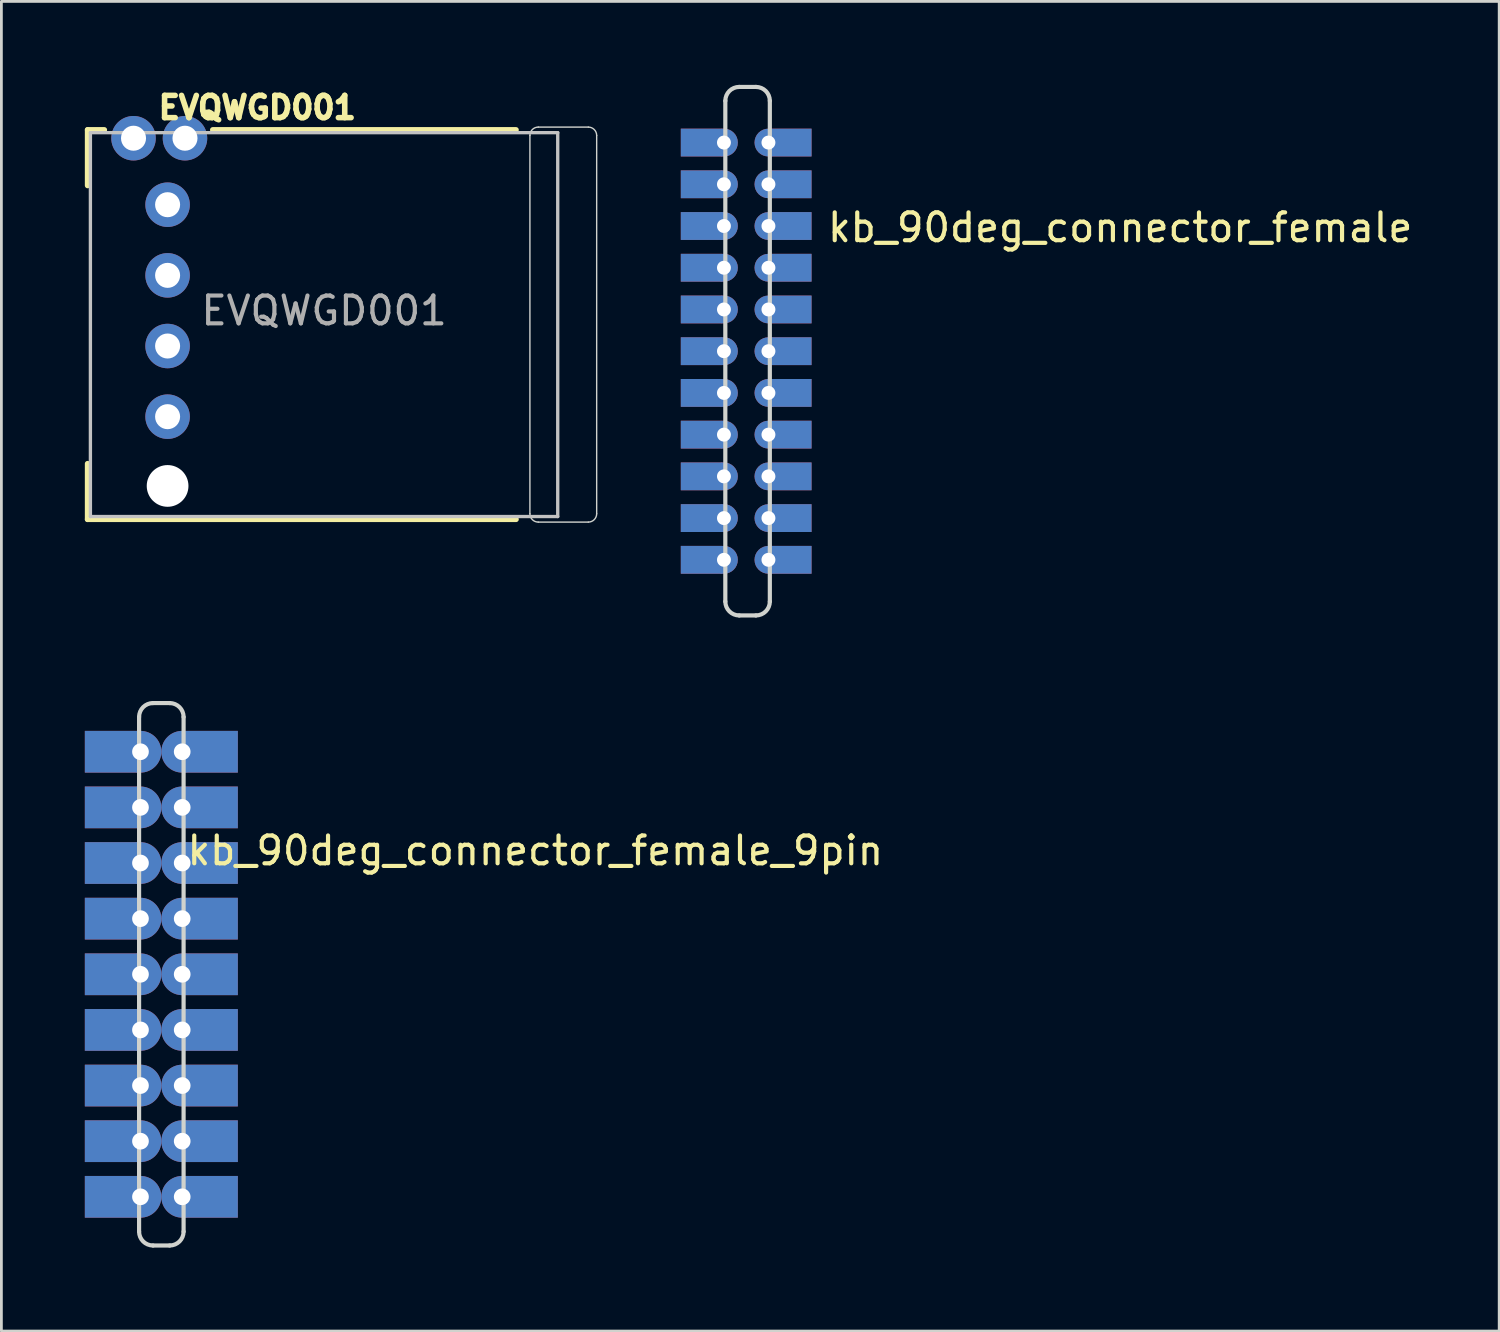
<source format=kicad_pcb>
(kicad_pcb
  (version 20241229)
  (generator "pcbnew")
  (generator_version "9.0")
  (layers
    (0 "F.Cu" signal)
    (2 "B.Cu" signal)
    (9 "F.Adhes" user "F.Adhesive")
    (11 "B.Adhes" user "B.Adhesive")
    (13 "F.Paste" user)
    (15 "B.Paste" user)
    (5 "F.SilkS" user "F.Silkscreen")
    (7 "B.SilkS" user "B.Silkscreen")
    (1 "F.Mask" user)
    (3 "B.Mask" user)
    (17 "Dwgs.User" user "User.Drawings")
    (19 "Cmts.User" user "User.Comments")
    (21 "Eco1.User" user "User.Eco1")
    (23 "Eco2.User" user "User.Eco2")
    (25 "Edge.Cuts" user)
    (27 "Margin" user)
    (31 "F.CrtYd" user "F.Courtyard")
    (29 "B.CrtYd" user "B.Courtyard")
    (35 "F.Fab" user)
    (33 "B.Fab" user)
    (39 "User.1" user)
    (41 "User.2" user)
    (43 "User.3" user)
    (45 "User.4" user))
  (footprint "EVQWGD001"
    (layer "F.Cu")
    (at 8.6 8.119)
    (property "Reference" "EVQWGD001" (at 0 0 0) (layer "F.Fab") (effects (font (size 1 1) (thickness 0.15))))
    (attr through_hole)
    (fp_line (start -8.5 -6.5) (end -8.5 -4.5) (stroke (width 0.2) (type solid)) (layer "F.SilkS"))
    (fp_line (start -8.5 5.5) (end -8.5 7.5) (stroke (width 0.2) (type solid)) (layer "F.SilkS"))
    (fp_line (start -8.5 7.5) (end 6.9 7.5) (stroke (width 0.2) (type solid)) (layer "F.SilkS"))
    (fp_line (start -7.9 -6.5) (end -8.5 -6.5) (stroke (width 0.2) (type solid)) (layer "F.SilkS"))
    (fp_line (start 6.9 -6.5) (end -4 -6.5) (stroke (width 0.2) (type solid)) (layer "F.SilkS"))
    (fp_line (start -8.4 -6.4) (end 8.4 -6.4) (stroke (width 0.12) (type solid)) (layer "Dwgs.User"))
    (fp_line (start -8.4 7.4) (end -8.4 -6.4) (stroke (width 0.12) (type solid)) (layer "Dwgs.User"))
    (fp_line (start 8.4 -6.4) (end 8.4 7.4) (stroke (width 0.12) (type solid)) (layer "Dwgs.User"))
    (fp_line (start 8.4 7.4) (end -8.4 7.4) (stroke (width 0.12) (type solid)) (layer "Dwgs.User"))
    (fp_line (start 7.4 -6.3) (end 7.4 7.3) (stroke (width 0.05) (type solid)) (layer "Edge.Cuts"))
    (fp_line (start 7.7 7.6) (end 9.5 7.6) (stroke (width 0.05) (type solid)) (layer "Edge.Cuts"))
    (fp_line (start 9.5 -6.6) (end 7.7 -6.6) (stroke (width 0.05) (type solid)) (layer "Edge.Cuts"))
    (fp_line (start 9.8 7.3) (end 9.8 -6.3) (stroke (width 0.05) (type solid)) (layer "Edge.Cuts"))
    (fp_arc (start 7.4 -6.3) (mid 7.487868 -6.512132) (end 7.7 -6.6) (stroke (width 0.05) (type solid)) (layer "Edge.Cuts"))
    (fp_arc (start 7.7 7.6) (mid 7.487868 7.512132) (end 7.4 7.3) (stroke (width 0.05) (type solid)) (layer "Edge.Cuts"))
    (fp_arc (start 9.5 -6.6) (mid 9.712132 -6.512132) (end 9.8 -6.3) (stroke (width 0.05) (type solid)) (layer "Edge.Cuts"))
    (fp_arc (start 9.8 7.3) (mid 9.712132 7.512132) (end 9.5 7.6) (stroke (width 0.05) (type solid)) (layer "Edge.Cuts"))
    (fp_text user "${REFERENCE}" (at -2.4 -7.3 0) (layer "F.SilkS") (effects (font (size 0.8 0.8) (thickness 0.2))))
    (pad "" np_thru_hole circle (at -5.625 6.3) (size 1.5 1.5) (drill 1.5) (layers "*.Cu" "*.Mask"))
    (pad "A" thru_hole circle (at -5.625 -3.81) (size 1.6 1.6) (drill 0.9) (layers "*.Cu" "*.Mask"))
    (pad "B" thru_hole circle (at -5.625 -1.27) (size 1.6 1.6) (drill 0.9) (layers "*.Cu" "*.Mask"))
    (pad "C" thru_hole circle (at -5.625 1.27) (size 1.6 1.6) (drill 0.9) (layers "*.Cu" "*.Mask"))
    (pad "D" thru_hole circle (at -5.625 3.81) (size 1.6 1.6) (drill 0.9) (layers "*.Cu" "*.Mask"))
    (pad "S1" thru_hole circle (at -6.85 -6.2) (size 1.6 1.6) (drill 0.9) (layers "*.Cu" "*.Mask"))
    (pad "S2" thru_hole circle (at -5 -6.2) (size 1.6 1.6) (drill 0.9) (layers "*.Cu" "*.Mask")))
  (footprint "kb_90deg_connector_female_9pin"
    (layer "F.Cu")
    (at 2.75 31.975)
    (property "Reference" "kb_90deg_connector_female_9pin" (at 13.445 -4.445 0) (unlocked yes) (layer "F.SilkS") (effects (font (size 1 1) (thickness 0.15))))
    (attr smd)
    (fp_line (start -0.8 -9.25) (end -0.8 9.25) (stroke (width 0.15) (type solid)) (layer "Edge.Cuts"))
    (fp_line (start -0.3 9.75) (end 0.3 9.75) (stroke (width 0.15) (type solid)) (layer "Edge.Cuts"))
    (fp_line (start 0.3 -9.75) (end -0.3 -9.75) (stroke (width 0.15) (type solid)) (layer "Edge.Cuts"))
    (fp_line (start 0.8 9.25) (end 0.8 -9.25) (stroke (width 0.15) (type solid)) (layer "Edge.Cuts"))
    (fp_arc (start -0.8 -9.25) (mid -0.653553 -9.603553) (end -0.3 -9.75) (stroke (width 0.15) (type solid)) (layer "Edge.Cuts"))
    (fp_arc (start -0.3 9.75) (mid -0.653553 9.603553) (end -0.8 9.25) (stroke (width 0.15) (type solid)) (layer "Edge.Cuts"))
    (fp_arc (start 0.3 -9.75) (mid 0.653553 -9.603553) (end 0.8 -9.25) (stroke (width 0.15) (type solid)) (layer "Edge.Cuts"))
    (fp_arc (start 0.8 9.25) (mid 0.653553 9.603553) (end 0.3 9.75) (stroke (width 0.15) (type solid)) (layer "Edge.Cuts"))
    (pad "1" smd rect (at -1.75 -8 180) (size 2 1.5) (layers "F.Cu" "F.Mask" "F.Paste"))
    (pad "1" smd rect (at -1.75 -8 180) (size 2 1.5) (layers "B.Cu" "B.Mask" "B.Paste"))
    (pad "1" thru_hole circle (at -0.75 -8) (size 1.5 1.5) (drill 0.6) (layers "*.Cu"))
    (pad "1" thru_hole circle (at 0.75 -8) (size 1.5 1.5) (drill 0.6) (layers "*.Cu"))
    (pad "1" smd rect (at 1.75 -8 180) (size 2 1.5) (layers "F.Cu" "F.Mask" "F.Paste"))
    (pad "1" smd rect (at 1.75 -8 180) (size 2 1.5) (layers "B.Cu" "B.Mask" "B.Paste"))
    (pad "2" smd rect (at -1.75 -6 180) (size 2 1.5) (layers "F.Cu" "F.Mask" "F.Paste"))
    (pad "2" smd rect (at -1.75 -6 180) (size 2 1.5) (layers "B.Cu" "B.Mask" "B.Paste"))
    (pad "2" thru_hole circle (at -0.75 -6) (size 1.5 1.5) (drill 0.6) (layers "*.Cu"))
    (pad "2" thru_hole circle (at 0.75 -6) (size 1.5 1.5) (drill 0.6) (layers "*.Cu"))
    (pad "2" smd rect (at 1.75 -6 180) (size 2 1.5) (layers "F.Cu" "F.Mask" "F.Paste"))
    (pad "2" smd rect (at 1.75 -6 180) (size 2 1.5) (layers "B.Cu" "B.Mask" "B.Paste"))
    (pad "3" smd rect (at -1.75 -4 180) (size 2 1.5) (layers "F.Cu" "F.Mask" "F.Paste"))
    (pad "3" smd rect (at -1.75 -4 180) (size 2 1.5) (layers "B.Cu" "B.Mask" "B.Paste"))
    (pad "3" thru_hole circle (at -0.75 -4) (size 1.5 1.5) (drill 0.6) (layers "*.Cu"))
    (pad "3" thru_hole circle (at 0.75 -4) (size 1.5 1.5) (drill 0.6) (layers "*.Cu"))
    (pad "3" smd rect (at 1.75 -4 180) (size 2 1.5) (layers "F.Cu" "F.Mask" "F.Paste"))
    (pad "3" smd rect (at 1.75 -4 180) (size 2 1.5) (layers "B.Cu" "B.Mask" "B.Paste"))
    (pad "4" smd rect (at -1.75 -2 180) (size 2 1.5) (layers "F.Cu" "F.Mask" "F.Paste"))
    (pad "4" smd rect (at -1.75 -2 180) (size 2 1.5) (layers "B.Cu" "B.Mask" "B.Paste"))
    (pad "4" thru_hole circle (at -0.75 -2) (size 1.5 1.5) (drill 0.6) (layers "*.Cu"))
    (pad "4" thru_hole circle (at 0.75 -2) (size 1.5 1.5) (drill 0.6) (layers "*.Cu"))
    (pad "4" smd rect (at 1.75 -2 180) (size 2 1.5) (layers "F.Cu" "F.Mask" "F.Paste"))
    (pad "4" smd rect (at 1.75 -2 180) (size 2 1.5) (layers "B.Cu" "B.Mask" "B.Paste"))
    (pad "5" smd rect (at -1.75 0 180) (size 2 1.5) (layers "F.Cu" "F.Mask" "F.Paste"))
    (pad "5" smd rect (at -1.75 0 180) (size 2 1.5) (layers "B.Cu" "B.Mask" "B.Paste"))
    (pad "5" thru_hole circle (at -0.75 0) (size 1.5 1.5) (drill 0.6) (layers "*.Cu"))
    (pad "5" thru_hole circle (at 0.75 0) (size 1.5 1.5) (drill 0.6) (layers "*.Cu"))
    (pad "5" smd rect (at 1.75 0 180) (size 2 1.5) (layers "F.Cu" "F.Mask" "F.Paste"))
    (pad "5" smd rect (at 1.75 0 180) (size 2 1.5) (layers "B.Cu" "B.Mask" "B.Paste"))
    (pad "6" smd rect (at -1.75 2 180) (size 2 1.5) (layers "F.Cu" "F.Mask" "F.Paste"))
    (pad "6" smd rect (at -1.75 2 180) (size 2 1.5) (layers "B.Cu" "B.Mask" "B.Paste"))
    (pad "6" thru_hole circle (at -0.75 2) (size 1.5 1.5) (drill 0.6) (layers "*.Cu"))
    (pad "6" thru_hole circle (at 0.75 2) (size 1.5 1.5) (drill 0.6) (layers "*.Cu"))
    (pad "6" smd rect (at 1.75 2 180) (size 2 1.5) (layers "F.Cu" "F.Mask" "F.Paste"))
    (pad "6" smd rect (at 1.75 2 180) (size 2 1.5) (layers "B.Cu" "B.Mask" "B.Paste"))
    (pad "7" smd rect (at -1.75 4 180) (size 2 1.5) (layers "F.Cu" "F.Mask" "F.Paste"))
    (pad "7" smd rect (at -1.75 4 180) (size 2 1.5) (layers "B.Cu" "B.Mask" "B.Paste"))
    (pad "7" thru_hole circle (at -0.75 4) (size 1.5 1.5) (drill 0.6) (layers "*.Cu"))
    (pad "7" thru_hole circle (at 0.75 4) (size 1.5 1.5) (drill 0.6) (layers "*.Cu"))
    (pad "7" smd rect (at 1.75 4 180) (size 2 1.5) (layers "F.Cu" "F.Mask" "F.Paste"))
    (pad "7" smd rect (at 1.75 4 180) (size 2 1.5) (layers "B.Cu" "B.Mask" "B.Paste"))
    (pad "8" smd rect (at -1.75 6 180) (size 2 1.5) (layers "F.Cu" "F.Mask" "F.Paste"))
    (pad "8" smd rect (at -1.75 6 180) (size 2 1.5) (layers "B.Cu" "B.Mask" "B.Paste"))
    (pad "8" thru_hole circle (at -0.75 6) (size 1.5 1.5) (drill 0.6) (layers "*.Cu"))
    (pad "8" thru_hole circle (at 0.75 6) (size 1.5 1.5) (drill 0.6) (layers "*.Cu"))
    (pad "8" smd rect (at 1.75 6 180) (size 2 1.5) (layers "F.Cu" "F.Mask" "F.Paste"))
    (pad "8" smd rect (at 1.75 6 180) (size 2 1.5) (layers "B.Cu" "B.Mask" "B.Paste"))
    (pad "9" smd rect (at -1.75 8 180) (size 2 1.5) (layers "F.Cu" "F.Mask" "F.Paste"))
    (pad "9" smd rect (at -1.75 8 180) (size 2 1.5) (layers "B.Cu" "B.Mask" "B.Paste"))
    (pad "9" thru_hole circle (at -0.75 8) (size 1.5 1.5) (drill 0.6) (layers "*.Cu"))
    (pad "9" thru_hole circle (at 0.75 8) (size 1.5 1.5) (drill 0.6) (layers "*.Cu"))
    (pad "9" smd rect (at 1.75 8 180) (size 2 1.5) (layers "F.Cu" "F.Mask" "F.Paste"))
    (pad "9" smd rect (at 1.75 8 180) (size 2 1.5) (layers "B.Cu" "B.Mask" "B.Paste")))
  (footprint "kb_90deg_connector_female"
    (layer "F.Cu")
    (at 23.775 9.575)
    (property "Reference" "kb_90deg_connector_female" (at 13.445 -4.445 0) (unlocked yes) (layer "F.SilkS") (effects (font (size 1 1) (thickness 0.15))))
    (attr smd)
    (fp_line (start -0.75 -9) (end -0.75 9) (stroke (width 0.15) (type solid)) (layer "Edge.Cuts"))
    (fp_line (start -0.25 9.5) (end 0.35 9.5) (stroke (width 0.15) (type solid)) (layer "Edge.Cuts"))
    (fp_line (start 0.35 -9.5) (end -0.25 -9.5) (stroke (width 0.15) (type solid)) (layer "Edge.Cuts"))
    (fp_line (start 0.85 9) (end 0.85 -9) (stroke (width 0.15) (type solid)) (layer "Edge.Cuts"))
    (fp_arc (start -0.75 -9) (mid -0.603553 -9.353553) (end -0.25 -9.5) (stroke (width 0.15) (type solid)) (layer "Edge.Cuts"))
    (fp_arc (start -0.25 9.5) (mid -0.603553 9.353553) (end -0.75 9) (stroke (width 0.15) (type solid)) (layer "Edge.Cuts"))
    (fp_arc (start 0.35 -9.5) (mid 0.703553 -9.353553) (end 0.85 -9) (stroke (width 0.15) (type solid)) (layer "Edge.Cuts"))
    (fp_arc (start 0.85 9) (mid 0.703553 9.353553) (end 0.35 9.5) (stroke (width 0.15) (type solid)) (layer "Edge.Cuts"))
    (pad "1" smd rect (at -1.6 7.5 180) (size 1.5 1) (layers "F.Cu" "F.Mask" "F.Paste"))
    (pad "1" smd rect (at -1.6 7.5 180) (size 1.5 1) (layers "B.Cu" "B.Mask" "B.Paste"))
    (pad "1" thru_hole circle (at -0.8 7.5) (size 1 1) (drill 0.5) (layers "*.Cu"))
    (pad "1" thru_hole circle (at 0.8 7.5) (size 1 1) (drill 0.5) (layers "*.Cu"))
    (pad "1" smd rect (at 1.6 7.5 180) (size 1.5 1) (layers "F.Cu" "F.Mask" "F.Paste"))
    (pad "1" smd rect (at 1.6 7.5 180) (size 1.5 1) (layers "B.Cu" "B.Mask" "B.Paste"))
    (pad "2" smd rect (at -1.6 6 180) (size 1.5 1) (layers "F.Cu" "F.Mask" "F.Paste"))
    (pad "2" smd rect (at -1.6 6 180) (size 1.5 1) (layers "B.Cu" "B.Mask" "B.Paste"))
    (pad "2" thru_hole circle (at -0.8 6) (size 1 1) (drill 0.5) (layers "*.Cu"))
    (pad "2" thru_hole circle (at 0.8 6) (size 1 1) (drill 0.5) (layers "*.Cu"))
    (pad "2" smd rect (at 1.6 6 180) (size 1.5 1) (layers "F.Cu" "F.Mask" "F.Paste"))
    (pad "2" smd rect (at 1.6 6 180) (size 1.5 1) (layers "B.Cu" "B.Mask" "B.Paste"))
    (pad "3" smd rect (at -1.6 4.5 180) (size 1.5 1) (layers "F.Cu" "F.Mask" "F.Paste"))
    (pad "3" smd rect (at -1.6 4.5 180) (size 1.5 1) (layers "B.Cu" "B.Mask" "B.Paste"))
    (pad "3" thru_hole circle (at -0.8 4.5) (size 1 1) (drill 0.5) (layers "*.Cu"))
    (pad "3" thru_hole circle (at 0.8 4.5) (size 1 1) (drill 0.5) (layers "*.Cu"))
    (pad "3" smd rect (at 1.6 4.5 180) (size 1.5 1) (layers "F.Cu" "F.Mask" "F.Paste"))
    (pad "3" smd rect (at 1.6 4.5 180) (size 1.5 1) (layers "B.Cu" "B.Mask" "B.Paste"))
    (pad "4" smd rect (at -1.6 3 180) (size 1.5 1) (layers "F.Cu" "F.Mask" "F.Paste"))
    (pad "4" smd rect (at -1.6 3 180) (size 1.5 1) (layers "B.Cu" "B.Mask" "B.Paste"))
    (pad "4" thru_hole circle (at -0.8 3) (size 1 1) (drill 0.5) (layers "*.Cu"))
    (pad "4" thru_hole circle (at 0.8 3) (size 1 1) (drill 0.5) (layers "*.Cu"))
    (pad "4" smd rect (at 1.6 3 180) (size 1.5 1) (layers "F.Cu" "F.Mask" "F.Paste"))
    (pad "4" smd rect (at 1.6 3 180) (size 1.5 1) (layers "B.Cu" "B.Mask" "B.Paste"))
    (pad "5" smd rect (at -1.6 1.5 180) (size 1.5 1) (layers "F.Cu" "F.Mask" "F.Paste"))
    (pad "5" smd rect (at -1.6 1.5 180) (size 1.5 1) (layers "B.Cu" "B.Mask" "B.Paste"))
    (pad "5" thru_hole circle (at -0.8 1.5) (size 1 1) (drill 0.5) (layers "*.Cu"))
    (pad "5" thru_hole circle (at 0.8 1.5) (size 1 1) (drill 0.5) (layers "*.Cu"))
    (pad "5" smd rect (at 1.6 1.5 180) (size 1.5 1) (layers "F.Cu" "F.Mask" "F.Paste"))
    (pad "5" smd rect (at 1.6 1.5 180) (size 1.5 1) (layers "B.Cu" "B.Mask" "B.Paste"))
    (pad "6" smd rect (at -1.6 0 180) (size 1.5 1) (layers "F.Cu" "F.Mask" "F.Paste"))
    (pad "6" smd rect (at -1.6 0 180) (size 1.5 1) (layers "B.Cu" "B.Mask" "B.Paste"))
    (pad "6" thru_hole circle (at -0.8 0) (size 1 1) (drill 0.5) (layers "*.Cu"))
    (pad "6" thru_hole circle (at 0.8 0) (size 1 1) (drill 0.5) (layers "*.Cu"))
    (pad "6" smd rect (at 1.6 0 180) (size 1.5 1) (layers "F.Cu" "F.Mask" "F.Paste"))
    (pad "6" smd rect (at 1.6 0 180) (size 1.5 1) (layers "B.Cu" "B.Mask" "B.Paste"))
    (pad "7" smd rect (at -1.6 -1.5 180) (size 1.5 1) (layers "F.Cu" "F.Mask" "F.Paste"))
    (pad "7" smd rect (at -1.6 -1.5 180) (size 1.5 1) (layers "B.Cu" "B.Mask" "B.Paste"))
    (pad "7" thru_hole circle (at -0.8 -1.5) (size 1 1) (drill 0.5) (layers "*.Cu"))
    (pad "7" thru_hole circle (at 0.8 -1.5) (size 1 1) (drill 0.5) (layers "*.Cu"))
    (pad "7" smd rect (at 1.6 -1.5 180) (size 1.5 1) (layers "F.Cu" "F.Mask" "F.Paste"))
    (pad "7" smd rect (at 1.6 -1.5 180) (size 1.5 1) (layers "B.Cu" "B.Mask" "B.Paste"))
    (pad "8" smd rect (at -1.6 -3 180) (size 1.5 1) (layers "F.Cu" "F.Mask" "F.Paste"))
    (pad "8" smd rect (at -1.6 -3 180) (size 1.5 1) (layers "B.Cu" "B.Mask" "B.Paste"))
    (pad "8" thru_hole circle (at -0.8 -3) (size 1 1) (drill 0.5) (layers "*.Cu"))
    (pad "8" thru_hole circle (at 0.8 -3) (size 1 1) (drill 0.5) (layers "*.Cu"))
    (pad "8" smd rect (at 1.6 -3 180) (size 1.5 1) (layers "F.Cu" "F.Mask" "F.Paste"))
    (pad "8" smd rect (at 1.6 -3 180) (size 1.5 1) (layers "B.Cu" "B.Mask" "B.Paste"))
    (pad "9" smd rect (at -1.6 -4.5 180) (size 1.5 1) (layers "F.Cu" "F.Mask" "F.Paste"))
    (pad "9" smd rect (at -1.6 -4.5 180) (size 1.5 1) (layers "B.Cu" "B.Mask" "B.Paste"))
    (pad "9" thru_hole circle (at -0.8 -4.5) (size 1 1) (drill 0.5) (layers "*.Cu"))
    (pad "9" thru_hole circle (at 0.8 -4.5) (size 1 1) (drill 0.5) (layers "*.Cu"))
    (pad "9" smd rect (at 1.6 -4.5 180) (size 1.5 1) (layers "F.Cu" "F.Mask" "F.Paste"))
    (pad "9" smd rect (at 1.6 -4.5 180) (size 1.5 1) (layers "B.Cu" "B.Mask" "B.Paste"))
    (pad "10" smd rect (at -1.6 -6 180) (size 1.5 1) (layers "F.Cu" "F.Mask" "F.Paste"))
    (pad "10" smd rect (at -1.6 -6 180) (size 1.5 1) (layers "B.Cu" "B.Mask" "B.Paste"))
    (pad "10" thru_hole circle (at -0.8 -6) (size 1 1) (drill 0.5) (layers "*.Cu"))
    (pad "10" thru_hole circle (at 0.8 -6) (size 1 1) (drill 0.5) (layers "*.Cu"))
    (pad "10" smd rect (at 1.6 -6 180) (size 1.5 1) (layers "F.Cu" "F.Mask" "F.Paste"))
    (pad "10" smd rect (at 1.6 -6 180) (size 1.5 1) (layers "B.Cu" "B.Mask" "B.Paste"))
    (pad "11" smd rect (at -1.6 -7.5 180) (size 1.5 1) (layers "F.Cu" "F.Mask" "F.Paste"))
    (pad "11" smd rect (at -1.6 -7.5 180) (size 1.5 1) (layers "B.Cu" "B.Mask" "B.Paste"))
    (pad "11" thru_hole circle (at -0.8 -7.5) (size 1 1) (drill 0.5) (layers "*.Cu"))
    (pad "11" thru_hole circle (at 0.8 -7.5) (size 1 1) (drill 0.5) (layers "*.Cu"))
    (pad "11" smd rect (at 1.6 -7.5 180) (size 1.5 1) (layers "F.Cu" "F.Mask" "F.Paste"))
    (pad "11" smd rect (at 1.6 -7.5 180) (size 1.5 1) (layers "B.Cu" "B.Mask" "B.Paste")))
  (gr_rect
    (start -3 -3)
    (end 50.845 44.8)
    (stroke (width 0.1) (type default))
    (fill no)
    (layer "Edge.Cuts")))
</source>
